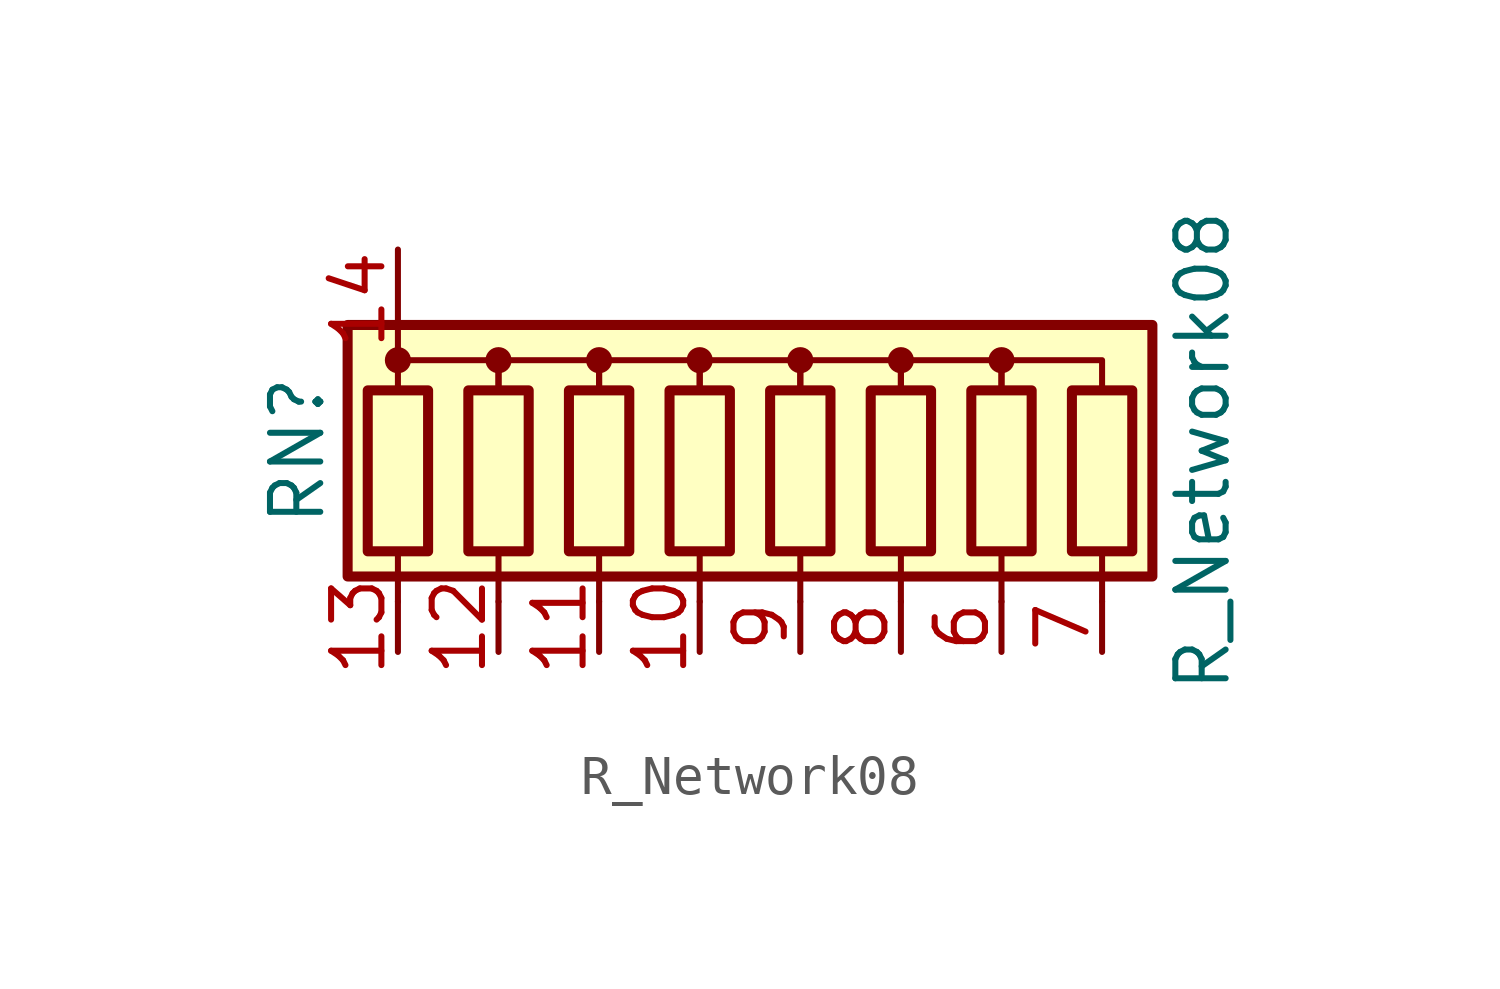
<source format=kicad_sym>
(kicad_symbol_lib
  (version 20220914)
  (generator kicad_symbol_editor)
  (symbol "R_Network08"
    (pin_names
      (offset 0) hide)
    (property "Reference" "RN"
      (at -12.7 0 90)
      (effects (font (size 1.27 1.27))))
    (property "Value" "R_Network08"
      (at 10.16 0 90)
      (effects (font (size 1.27 1.27))))
    (symbol "R_Network08_0_1"
      (rectangle (start -11.43 3.175) (end 8.89 -3.175) (stroke (width 0.254) (type default)) (fill (type background)))
      (rectangle (start -10.922 1.524) (end -9.398 -2.54) (stroke (width 0.254) (type default)) (fill (type none)))
      (circle (center -10.16 2.286) (radius 0.254) (stroke (width 0) (type default)) (fill (type outline)))
      (rectangle (start -8.382 1.524) (end -6.858 -2.54) (stroke (width 0.254) (type default)) (fill (type none)))
      (circle (center -7.62 2.286) (radius 0.254) (stroke (width 0) (type default)) (fill (type outline)))
      (rectangle (start -5.842 1.524) (end -4.318 -2.54) (stroke (width 0.254) (type default)) (fill (type none)))
      (circle (center -5.08 2.286) (radius 0.254) (stroke (width 0) (type default)) (fill (type outline)))
      (rectangle (start -3.302 1.524) (end -1.778 -2.54) (stroke (width 0.254) (type default)) (fill (type none)))
      (circle (center -2.54 2.286) (radius 0.254) (stroke (width 0) (type default)) (fill (type outline)))
      (rectangle (start -0.762 1.524) (end 0.762 -2.54) (stroke (width 0.254) (type default)) (fill (type none)))
      (polyline (pts (xy -10.16 -2.54) (xy -10.16 -3.81)) (stroke (width 0) (type default)) (fill (type none)))
      (polyline (pts (xy -7.62 -2.54) (xy -7.62 -3.81)) (stroke (width 0) (type default)) (fill (type none)))
      (polyline (pts (xy -5.08 -2.54) (xy -5.08 -3.81)) (stroke (width 0) (type default)) (fill (type none)))
      (polyline (pts (xy -2.54 -2.54) (xy -2.54 -3.81)) (stroke (width 0) (type default)) (fill (type none)))
      (polyline (pts (xy 0 -2.54) (xy 0 -3.81)) (stroke (width 0) (type default)) (fill (type none)))
      (polyline (pts (xy 2.54 -2.54) (xy 2.54 -3.81)) (stroke (width 0) (type default)) (fill (type none)))
      (polyline (pts (xy 5.08 -2.54) (xy 5.08 -3.81)) (stroke (width 0) (type default)) (fill (type none)))
      (polyline (pts (xy 7.62 -2.54) (xy 7.62 -3.81)) (stroke (width 0) (type default)) (fill (type none)))
      (polyline (pts (xy -10.16 1.524) (xy -10.16 2.286) (xy -7.62 2.286) (xy -7.62 1.524)) (stroke (width 0) (type default)) (fill (type none)))
      (polyline (pts (xy -7.62 1.524) (xy -7.62 2.286) (xy -5.08 2.286) (xy -5.08 1.524)) (stroke (width 0) (type default)) (fill (type none)))
      (polyline (pts (xy -5.08 1.524) (xy -5.08 2.286) (xy -2.54 2.286) (xy -2.54 1.524)) (stroke (width 0) (type default)) (fill (type none)))
      (polyline (pts (xy -2.54 1.524) (xy -2.54 2.286) (xy 0 2.286) (xy 0 1.524)) (stroke (width 0) (type default)) (fill (type none)))
      (polyline (pts (xy 0 1.524) (xy 0 2.286) (xy 2.54 2.286) (xy 2.54 1.524)) (stroke (width 0) (type default)) (fill (type none)))
      (polyline (pts (xy 2.54 1.524) (xy 2.54 2.286) (xy 5.08 2.286) (xy 5.08 1.524)) (stroke (width 0) (type default)) (fill (type none)))
      (polyline (pts (xy 5.08 1.524) (xy 5.08 2.286) (xy 7.62 2.286) (xy 7.62 1.524)) (stroke (width 0) (type default)) (fill (type none)))
      (circle (center 0 2.286) (radius 0.254) (stroke (width 0) (type default)) (fill (type outline)))
      (rectangle (start 1.778 1.524) (end 3.302 -2.54) (stroke (width 0.254) (type default)) (fill (type none)))
      (circle (center 2.54 2.286) (radius 0.254) (stroke (width 0) (type default)) (fill (type outline)))
      (rectangle (start 4.318 1.524) (end 5.842 -2.54) (stroke (width 0.254) (type default)) (fill (type none)))
      (circle (center 5.08 2.286) (radius 0.254) (stroke (width 0) (type default)) (fill (type outline)))
      (rectangle (start 6.858 1.524) (end 8.382 -2.54) (stroke (width 0.254) (type default)) (fill (type none))))
    (symbol "R_Network08_1_1"
      (pin passive line (at -2.54 -5.08 90) (length 1.27) (name "R4" (effects (font (size 1.27 1.27)))) (number "10" (effects (font (size 1.27 1.27)))))
      (pin passive line (at -5.08 -5.08 90) (length 1.27) (name "R3" (effects (font (size 1.27 1.27)))) (number "11" (effects (font (size 1.27 1.27)))))
      (pin passive line (at -7.62 -5.08 90) (length 1.27) (name "R2" (effects (font (size 1.27 1.27)))) (number "12" (effects (font (size 1.27 1.27)))))
      (pin passive line (at -10.16 -5.08 90) (length 1.27) (name "R1" (effects (font (size 1.27 1.27)))) (number "13" (effects (font (size 1.27 1.27)))))
      (pin passive line (at -10.16 5.08 270) (length 2.54) (name "common" (effects (font (size 1.27 1.27)))) (number "14" (effects (font (size 1.27 1.27)))))
      (pin passive line (at 5.08 -5.08 90) (length 1.27) (name "R7" (effects (font (size 1.27 1.27)))) (number "6" (effects (font (size 1.27 1.27)))))
      (pin passive line (at 7.62 -5.08 90) (length 1.27) (name "R8" (effects (font (size 1.27 1.27)))) (number "7" (effects (font (size 1.27 1.27)))))
      (pin passive line (at 2.54 -5.08 90) (length 1.27) (name "R6" (effects (font (size 1.27 1.27)))) (number "8" (effects (font (size 1.27 1.27)))))
      (pin passive line (at 0 -5.08 90) (length 1.27) (name "R5" (effects (font (size 1.27 1.27)))) (number "9" (effects (font (size 1.27 1.27))))))))
</source>
